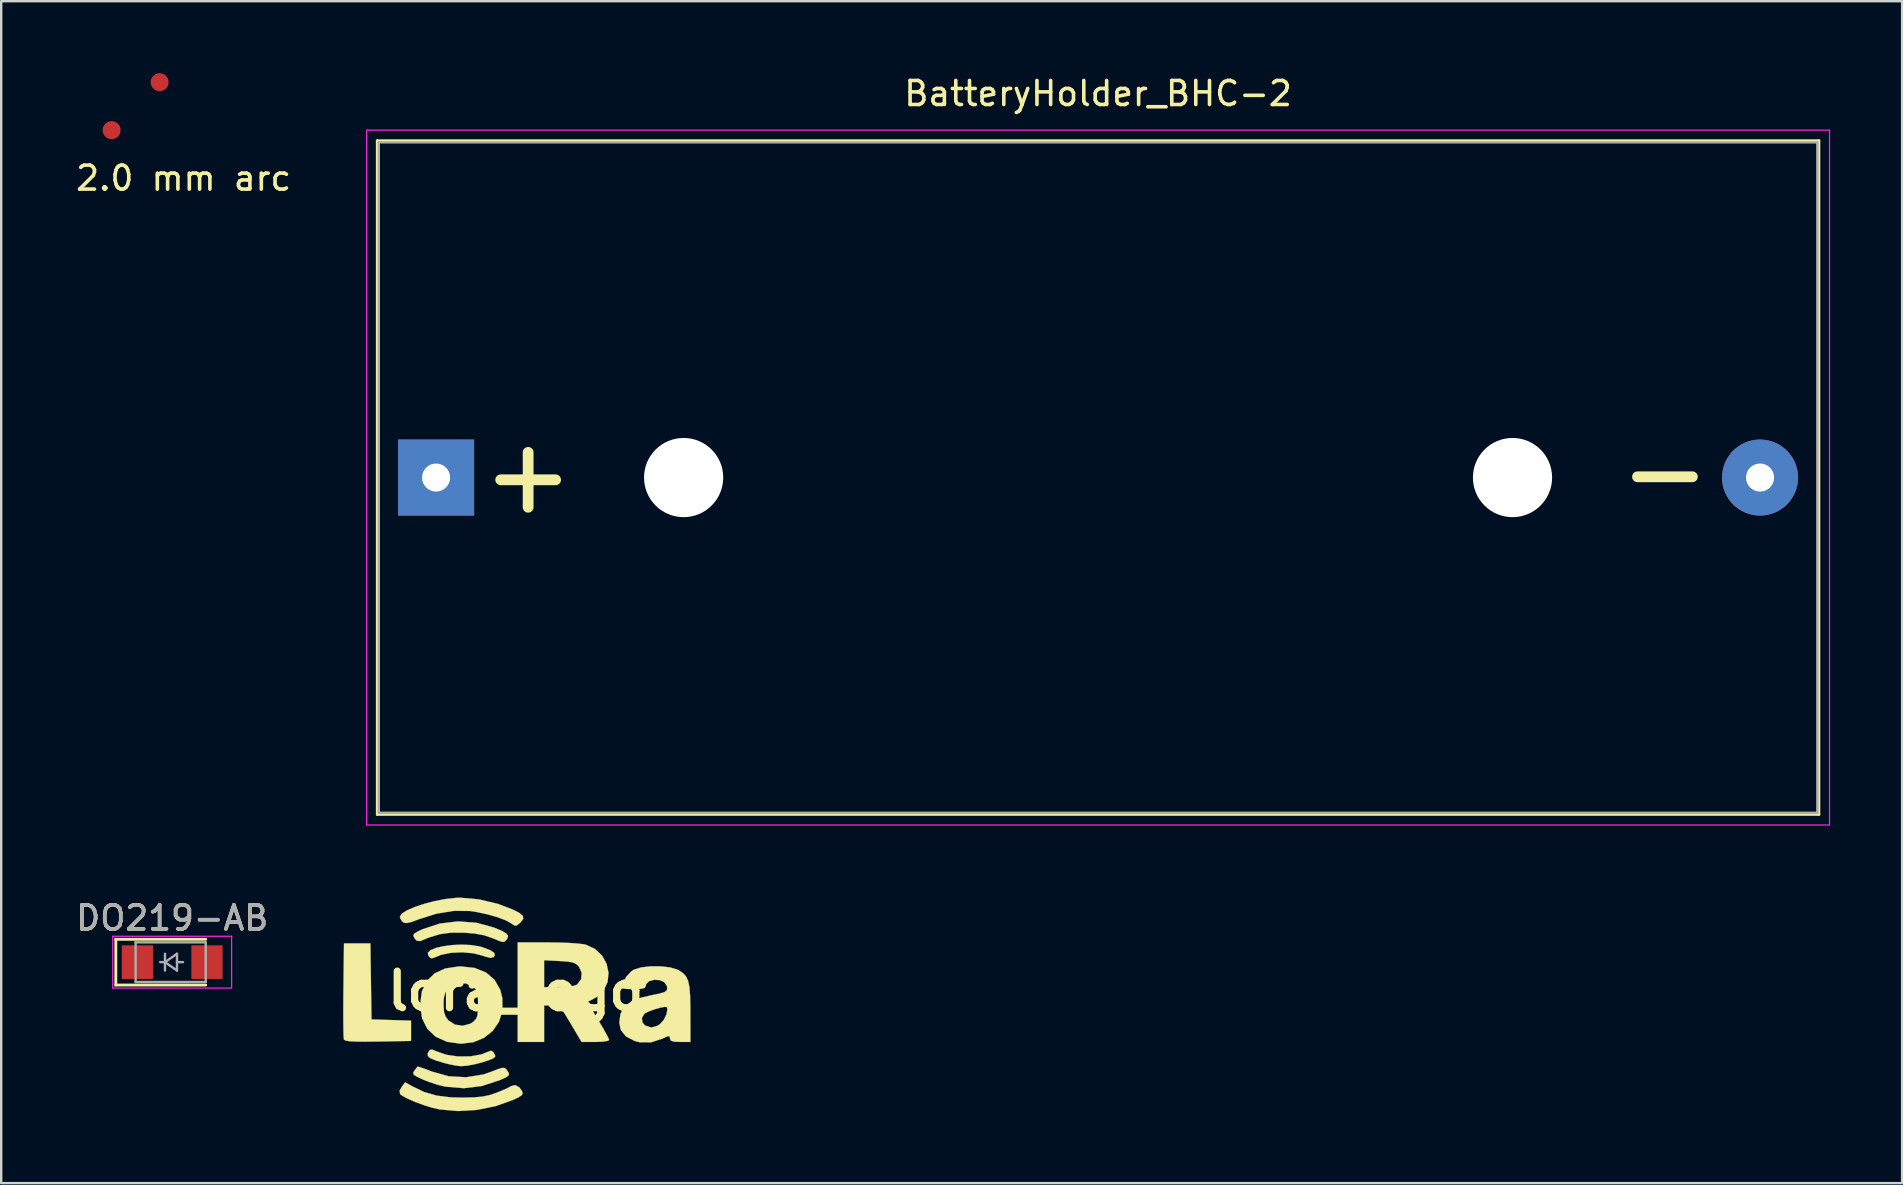
<source format=kicad_pcb>
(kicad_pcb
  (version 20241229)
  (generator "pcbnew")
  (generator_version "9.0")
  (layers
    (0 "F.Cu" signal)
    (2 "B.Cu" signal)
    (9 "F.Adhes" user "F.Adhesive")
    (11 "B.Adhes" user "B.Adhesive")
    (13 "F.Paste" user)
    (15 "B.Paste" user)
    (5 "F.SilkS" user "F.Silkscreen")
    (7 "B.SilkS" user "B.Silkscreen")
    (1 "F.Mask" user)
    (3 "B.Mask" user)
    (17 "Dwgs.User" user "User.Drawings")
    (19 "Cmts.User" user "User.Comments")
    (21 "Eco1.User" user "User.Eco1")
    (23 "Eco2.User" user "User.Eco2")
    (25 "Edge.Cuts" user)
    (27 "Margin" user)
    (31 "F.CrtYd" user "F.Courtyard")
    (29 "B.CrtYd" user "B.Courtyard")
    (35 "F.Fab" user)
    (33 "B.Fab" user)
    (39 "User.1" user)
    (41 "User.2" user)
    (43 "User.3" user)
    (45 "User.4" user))
  (footprint "2.0 mm arc"
    (layer "F.Cu")
    (at 3.601 2.375)
    (property "Reference" "2.0 mm arc" (at 1 2 0) (layer "F.SilkS") (effects (font (size 1 1) (thickness 0.15))))
    (attr through_hole)
    (pad "1" connect circle (at -2 0) (size 0.75 0.75) (layers "F.Cu"))
    (pad "2" connect circle (at 0 -2) (size 0.75 0.75) (layers "F.Cu")))
  (footprint "BatteryHolder_BHC-2"
    (layer "F.Cu")
    (at 42.707 16.85)
    (property "Reference" "BatteryHolder_BHC-2" (at 0 -16.002 0) (layer "F.SilkS") (effects (font (size 1 1) (thickness 0.15))))
    (attr through_hole)
    (fp_line (start -30.035 -14.035) (end -30.035 14.035) (stroke (width 0.12) (type solid)) (layer "F.SilkS"))
    (fp_line (start 30.035 -14.035) (end -30.035 -14.035) (stroke (width 0.12) (type solid)) (layer "F.SilkS"))
    (fp_line (start 30.035 -14.035) (end 30.035 14.035) (stroke (width 0.12) (type solid)) (layer "F.SilkS"))
    (fp_line (start 30.035 14.035) (end -30.035 14.035) (stroke (width 0.12) (type solid)) (layer "F.SilkS"))
    (fp_line (start -30.48 -14.478) (end -30.48 14.478) (stroke (width 0.05) (type solid)) (layer "F.CrtYd"))
    (fp_line (start -30.48 -14.478) (end 30.48 -14.478) (stroke (width 0.05) (type solid)) (layer "F.CrtYd"))
    (fp_line (start -30.48 14.478) (end 30.48 14.478) (stroke (width 0.05) (type solid)) (layer "F.CrtYd"))
    (fp_line (start 30.48 -14.478) (end 30.48 14.478) (stroke (width 0.05) (type solid)) (layer "F.CrtYd"))
    (fp_line (start -29.972 -13.97) (end -29.972 13.97) (stroke (width 0.1) (type solid)) (layer "F.Fab"))
    (fp_line (start -29.972 -13.97) (end 29.972 -13.97) (stroke (width 0.1) (type solid)) (layer "F.Fab"))
    (fp_line (start -29.972 13.97) (end 29.972 13.97) (stroke (width 0.1) (type solid)) (layer "F.Fab"))
    (fp_line (start 29.972 -13.97) (end 29.972 13.97) (stroke (width 0.1) (type solid)) (layer "F.Fab"))
    (fp_text user "+" (at -23.749 -0.127 0) (layer "F.SilkS") (effects (font (size 3 3) (thickness 0.45))))
    (fp_text user "-" (at 23.622 -0.254 0) (layer "F.SilkS") (effects (font (size 3 3) (thickness 0.45))))
    (pad "" np_thru_hole circle (at -17.27 0) (size 3.3 3.3) (drill 3.3) (layers "*.Cu" "*.Mask"))
    (pad "" np_thru_hole circle (at 17.27 0) (size 3.3 3.3) (drill 3.3) (layers "*.Cu" "*.Mask"))
    (pad "1" thru_hole rect (at -27.585 0) (size 3.17 3.17) (drill 1.17) (layers "*.Cu" "*.Mask"))
    (pad "2" thru_hole circle (at 27.585 0) (size 3.17 3.17) (drill 1.17) (layers "*.Cu" "*.Mask")))
  (footprint "DO219-AB"
    (layer "F.Cu")
    (at 4.125 37.043)
    (property "Reference" "DO219-AB" (at 0 -1.841 0) (layer "F.SilkS") (effects (font (size 1 1) (thickness 0.15))))
    (attr smd)
    (fp_line (start -2.349 -0.953) (end -2.349 0.953) (stroke (width 0.12) (type solid)) (layer "F.SilkS"))
    (fp_line (start -2.349 -0.953) (end 1.397 -0.953) (stroke (width 0.12) (type solid)) (layer "F.SilkS"))
    (fp_line (start -2.349 0.953) (end 1.397 0.953) (stroke (width 0.12) (type solid)) (layer "F.SilkS"))
    (fp_line (start -2.477 -1.079) (end -2.477 1.079) (stroke (width 0.05) (type solid)) (layer "F.CrtYd"))
    (fp_line (start -2.477 -1.079) (end 2.477 -1.079) (stroke (width 0.05) (type solid)) (layer "F.CrtYd"))
    (fp_line (start -2.477 1.079) (end 2.477 1.079) (stroke (width 0.05) (type solid)) (layer "F.CrtYd"))
    (fp_line (start 2.477 -1.079) (end 2.477 1.079) (stroke (width 0.05) (type solid)) (layer "F.CrtYd"))
    (fp_line (start -1.524 -0.826) (end 1.397 -0.826) (stroke (width 0.1) (type solid)) (layer "F.Fab"))
    (fp_line (start -1.524 0.826) (end -1.524 -0.826) (stroke (width 0.1) (type solid)) (layer "F.Fab"))
    (fp_line (start -0.3 -0.35) (end -0.3 0.35) (stroke (width 0.1) (type solid)) (layer "F.Fab"))
    (fp_line (start -0.3 0) (end -0.5 0) (stroke (width 0.1) (type solid)) (layer "F.Fab"))
    (fp_line (start -0.3 0) (end 0.2 -0.35) (stroke (width 0.1) (type solid)) (layer "F.Fab"))
    (fp_line (start 0.2 -0.35) (end 0.2 0.35) (stroke (width 0.1) (type solid)) (layer "F.Fab"))
    (fp_line (start 0.2 0) (end 0.45 0) (stroke (width 0.1) (type solid)) (layer "F.Fab"))
    (fp_line (start 0.2 0.35) (end -0.3 0) (stroke (width 0.1) (type solid)) (layer "F.Fab"))
    (fp_line (start 1.397 -0.826) (end 1.397 0.826) (stroke (width 0.1) (type solid)) (layer "F.Fab"))
    (fp_line (start 1.397 0.826) (end -1.524 0.826) (stroke (width 0.1) (type solid)) (layer "F.Fab"))
    (fp_text user "${REFERENCE}" (at 0 -1.841 0) (layer "F.Fab") (effects (font (size 1 1) (thickness 0.15))))
    (pad "1" smd rect (at -1.45 0) (size 1.3 1.4) (layers "F.Cu" "F.Mask" "F.Paste"))
    (pad "2" smd rect (at 1.45 0) (size 1.3 1.4) (layers "F.Cu" "F.Mask" "F.Paste")))
  (footprint "lora_logo"
    (layer "F.Cu")
    (at 18.438 38.252)
    (property "Reference" "lora_logo" (at 0 0 0) (layer "F.SilkS") (effects (font (size 1.524 1.524) (thickness 0.3))))
    (attr through_hole)
    (fp_poly (pts (xy -6.031 -0.405) (xy -6.008 1.179) (xy -5.184 1.203) (xy -4.36 1.228) (xy -4.36 2.074) (xy -5.738 2.098) (xy -6.279 2.104) (xy -6.67 2.1) (xy -6.933 2.085) (xy -7.088 2.059) (xy -7.154 2.018) (xy -7.158 2.011) (xy -7.169 1.898) (xy -7.177 1.641) (xy -7.182 1.266) (xy -7.183 0.797) (xy -7.18 0.261) (xy -7.177 -0.044) (xy -7.154 -1.99) (xy -6.054 -1.99) (xy -6.031 -0.405)) (stroke (width 0.01) (type solid)) (fill yes) (layer "F.SilkS"))
    (fp_poly (pts (xy -1.872 -1.922) (xy -1.519 -1.867) (xy -1.366 -1.824) (xy -1.049 -1.701) (xy -0.888 -1.59) (xy -0.872 -1.48) (xy -0.916 -1.421) (xy -1.046 -1.385) (xy -1.287 -1.446) (xy -1.37 -1.478) (xy -1.757 -1.578) (xy -2.22 -1.619) (xy -2.687 -1.6) (xy -3.086 -1.52) (xy -3.17 -1.489) (xy -3.388 -1.399) (xy -3.501 -1.367) (xy -3.564 -1.392) (xy -3.633 -1.472) (xy -3.636 -1.476) (xy -3.662 -1.598) (xy -3.546 -1.708) (xy -3.32 -1.802) (xy -3.01 -1.874) (xy -2.646 -1.921) (xy -2.257 -1.939) (xy -1.872 -1.922)) (stroke (width 0.01) (type solid)) (fill yes) (layer "F.SilkS"))
    (fp_poly (pts (xy -1.634 -2.851) (xy -0.905 -2.65) (xy -0.575 -2.511) (xy -0.386 -2.401) (xy -0.317 -2.301) (xy -0.349 -2.191) (xy -0.371 -2.158) (xy -0.444 -2.075) (xy -0.53 -2.05) (xy -0.676 -2.089) (xy -0.927 -2.195) (xy -0.941 -2.201) (xy -1.3 -2.326) (xy -1.717 -2.402) (xy -2.159 -2.437) (xy -2.69 -2.438) (xy -3.148 -2.377) (xy -3.612 -2.238) (xy -3.98 -2.086) (xy -4.125 -2.104) (xy -4.215 -2.204) (xy -4.264 -2.307) (xy -4.235 -2.387) (xy -4.101 -2.475) (xy -3.876 -2.581) (xy -3.163 -2.817) (xy -2.402 -2.907) (xy -1.634 -2.851)) (stroke (width 0.01) (type solid)) (fill yes) (layer "F.SilkS"))
    (fp_poly (pts (xy -3.314 2.504) (xy -2.89 2.651) (xy -2.395 2.722) (xy -1.889 2.718) (xy -1.432 2.637) (xy -1.178 2.536) (xy -1.022 2.481) (xy -0.928 2.543) (xy -0.922 2.552) (xy -0.856 2.684) (xy -0.848 2.72) (xy -0.923 2.793) (xy -1.121 2.879) (xy -1.399 2.968) (xy -1.712 3.047) (xy -2.017 3.104) (xy -2.271 3.125) (xy -2.286 3.125) (xy -2.489 3.101) (xy -2.774 3.044) (xy -2.947 3.001) (xy -3.323 2.89) (xy -3.553 2.795) (xy -3.66 2.7) (xy -3.664 2.592) (xy -3.642 2.543) (xy -3.567 2.44) (xy -3.464 2.438) (xy -3.314 2.504)) (stroke (width 0.01) (type solid)) (fill yes) (layer "F.SilkS"))
    (fp_poly (pts (xy -4.013 3.16) (xy -3.816 3.227) (xy -3.542 3.331) (xy -3.498 3.348) (xy -2.789 3.547) (xy -2.063 3.588) (xy -1.351 3.473) (xy -1.022 3.361) (xy -0.733 3.248) (xy -0.558 3.197) (xy -0.456 3.204) (xy -0.385 3.264) (xy -0.369 3.285) (xy -0.284 3.415) (xy -0.287 3.506) (xy -0.403 3.592) (xy -0.654 3.705) (xy -0.656 3.706) (xy -1.414 3.954) (xy -2.158 4.044) (xy -2.926 3.979) (xy -2.988 3.967) (xy -3.302 3.886) (xy -3.665 3.762) (xy -3.866 3.681) (xy -4.123 3.56) (xy -4.249 3.476) (xy -4.27 3.401) (xy -4.225 3.323) (xy -4.128 3.193) (xy -4.094 3.146) (xy -4.013 3.16)) (stroke (width 0.01) (type solid)) (fill yes) (layer "F.SilkS"))
    (fp_poly (pts (xy -4.313 3.963) (xy -3.815 4.202) (xy -3.292 4.353) (xy -2.694 4.426) (xy -2.201 4.437) (xy -1.734 4.426) (xy -1.381 4.393) (xy -1.085 4.331) (xy -0.804 4.236) (xy -0.523 4.122) (xy -0.298 4.019) (xy -0.192 3.959) (xy -0.019 3.913) (xy 0.157 4.013) (xy 0.253 4.147) (xy 0.292 4.252) (xy 0.254 4.336) (xy 0.11 4.428) (xy -0.101 4.528) (xy -0.833 4.791) (xy -1.621 4.949) (xy -2.414 4.996) (xy -3.162 4.928) (xy -3.454 4.864) (xy -3.822 4.751) (xy -4.187 4.616) (xy -4.507 4.476) (xy -4.736 4.352) (xy -4.817 4.286) (xy -4.834 4.139) (xy -4.751 3.992) (xy -4.604 3.797) (xy -4.313 3.963)) (stroke (width 0.01) (type solid)) (fill yes) (layer "F.SilkS"))
    (fp_poly (pts (xy -1.535 -3.826) (xy -0.75 -3.64) (xy -0.152 -3.414) (xy 0.15 -3.263) (xy 0.301 -3.135) (xy 0.314 -3.01) (xy 0.202 -2.866) (xy 0.184 -2.849) (xy 0.049 -2.739) (xy -0.049 -2.733) (xy -0.194 -2.829) (xy -0.21 -2.842) (xy -0.437 -2.963) (xy -0.781 -3.089) (xy -1.194 -3.206) (xy -1.625 -3.298) (xy -1.911 -3.341) (xy -2.571 -3.347) (xy -3.292 -3.231) (xy -4.029 -2.999) (xy -4.047 -2.992) (xy -4.352 -2.879) (xy -4.545 -2.837) (xy -4.666 -2.857) (xy -4.703 -2.882) (xy -4.808 -3.025) (xy -4.826 -3.099) (xy -4.747 -3.226) (xy -4.532 -3.365) (xy -4.211 -3.505) (xy -3.817 -3.637) (xy -3.381 -3.751) (xy -2.933 -3.838) (xy -2.506 -3.886) (xy -2.294 -3.893) (xy -1.535 -3.826)) (stroke (width 0.01) (type solid)) (fill yes) (layer "F.SilkS"))
    (fp_poly (pts (xy -1.708 -0.967) (xy -1.237 -0.778) (xy -0.878 -0.471) (xy -0.642 -0.054) (xy -0.556 0.289) (xy -0.552 0.81) (xy -0.692 1.27) (xy -0.955 1.654) (xy -1.321 1.946) (xy -1.77 2.13) (xy -2.283 2.19) (xy -2.84 2.113) (xy -2.879 2.102) (xy -3.342 1.893) (xy -3.683 1.569) (xy -3.897 1.137) (xy -3.979 0.605) (xy -3.979 0.55) (xy -3.006 0.55) (xy -2.987 0.857) (xy -2.918 1.066) (xy -2.8 1.221) (xy -2.531 1.394) (xy -2.207 1.441) (xy -1.889 1.357) (xy -1.766 1.277) (xy -1.656 1.167) (xy -1.596 1.025) (xy -1.57 0.803) (xy -1.566 0.55) (xy -1.574 0.234) (xy -1.607 0.036) (xy -1.678 -0.094) (xy -1.766 -0.177) (xy -2.062 -0.319) (xy -2.391 -0.33) (xy -2.692 -0.213) (xy -2.8 -0.12) (xy -2.931 0.059) (xy -2.992 0.277) (xy -3.006 0.55) (xy -3.979 0.55) (xy -3.979 0.545) (xy -3.91 0.014) (xy -3.707 -0.416) (xy -3.379 -0.739) (xy -2.933 -0.945) (xy -2.378 -1.029) (xy -2.284 -1.031) (xy -1.708 -0.967)) (stroke (width 0.01) (type solid)) (fill yes) (layer "F.SilkS"))
    (fp_poly (pts (xy 1.333 -2.032) (xy 1.807 -2.025) (xy 2.248 -2.008) (xy 2.614 -1.982) (xy 2.866 -1.95) (xy 2.917 -1.938) (xy 3.308 -1.758) (xy 3.6 -1.481) (xy 3.789 -1.139) (xy 3.868 -0.766) (xy 3.833 -0.392) (xy 3.679 -0.051) (xy 3.398 0.227) (xy 3.292 0.291) (xy 2.986 0.455) (xy 3.44 1.204) (xy 3.63 1.524) (xy 3.78 1.792) (xy 3.874 1.976) (xy 3.895 2.035) (xy 3.817 2.076) (xy 3.614 2.105) (xy 3.329 2.117) (xy 3.321 2.117) (xy 2.746 2.117) (xy 2.295 1.355) (xy 2.092 1.015) (xy 1.947 0.795) (xy 1.834 0.669) (xy 1.727 0.61) (xy 1.599 0.594) (xy 1.515 0.593) (xy 1.185 0.593) (xy 1.185 2.117) (xy 0.085 2.117) (xy 0.085 -0.169) (xy 1.185 -0.169) (xy 1.804 -0.169) (xy 2.16 -0.184) (xy 2.431 -0.225) (xy 2.562 -0.275) (xy 2.725 -0.495) (xy 2.753 -0.763) (xy 2.639 -1.019) (xy 2.53 -1.127) (xy 2.388 -1.194) (xy 2.168 -1.232) (xy 1.83 -1.256) (xy 1.185 -1.289) (xy 1.185 -0.169) (xy 0.085 -0.169) (xy 0.085 -2.032) (xy 1.333 -2.032)) (stroke (width 0.01) (type solid)) (fill yes) (layer "F.SilkS"))
    (fp_poly (pts (xy 6.038 -1.035) (xy 6.438 -0.988) (xy 6.748 -0.895) (xy 6.795 -0.871) (xy 6.971 -0.752) (xy 7.099 -0.614) (xy 7.186 -0.429) (xy 7.24 -0.17) (xy 7.269 0.193) (xy 7.279 0.686) (xy 7.28 0.91) (xy 7.281 2.117) (xy 6.858 2.117) (xy 6.592 2.103) (xy 6.462 2.056) (xy 6.435 1.99) (xy 6.419 1.889) (xy 6.344 1.876) (xy 6.171 1.949) (xy 6.113 1.978) (xy 5.643 2.132) (xy 5.169 2.13) (xy 4.953 2.074) (xy 4.591 1.882) (xy 4.38 1.616) (xy 4.318 1.307) (xy 4.344 1.119) (xy 5.259 1.119) (xy 5.286 1.314) (xy 5.397 1.433) (xy 5.651 1.515) (xy 5.9 1.447) (xy 6.032 1.357) (xy 6.182 1.18) (xy 6.288 0.955) (xy 6.322 0.748) (xy 6.3 0.665) (xy 6.206 0.654) (xy 6.011 0.691) (xy 5.772 0.761) (xy 5.543 0.845) (xy 5.38 0.929) (xy 5.364 0.941) (xy 5.259 1.119) (xy 4.344 1.119) (xy 4.368 0.943) (xy 4.527 0.658) (xy 4.811 0.437) (xy 5.234 0.269) (xy 5.675 0.166) (xy 6.012 0.097) (xy 6.211 0.035) (xy 6.302 -0.038) (xy 6.315 -0.142) (xy 6.296 -0.229) (xy 6.187 -0.381) (xy 5.993 -0.462) (xy 5.767 -0.473) (xy 5.564 -0.417) (xy 5.437 -0.294) (xy 5.419 -0.209) (xy 5.377 -0.136) (xy 5.231 -0.097) (xy 4.951 -0.085) (xy 4.911 -0.085) (xy 4.643 -0.091) (xy 4.459 -0.109) (xy 4.403 -0.13) (xy 4.464 -0.352) (xy 4.615 -0.605) (xy 4.81 -0.818) (xy 4.92 -0.894) (xy 5.218 -0.988) (xy 5.611 -1.035) (xy 6.038 -1.035)) (stroke (width 0.01) (type solid)) (fill yes) (layer "F.SilkS")))
  (gr_rect
    (start -3 -3)
    (end 76.212 46.253)
    (stroke (width 0.1) (type default))
    (fill no)
    (layer "Edge.Cuts")))
</source>
